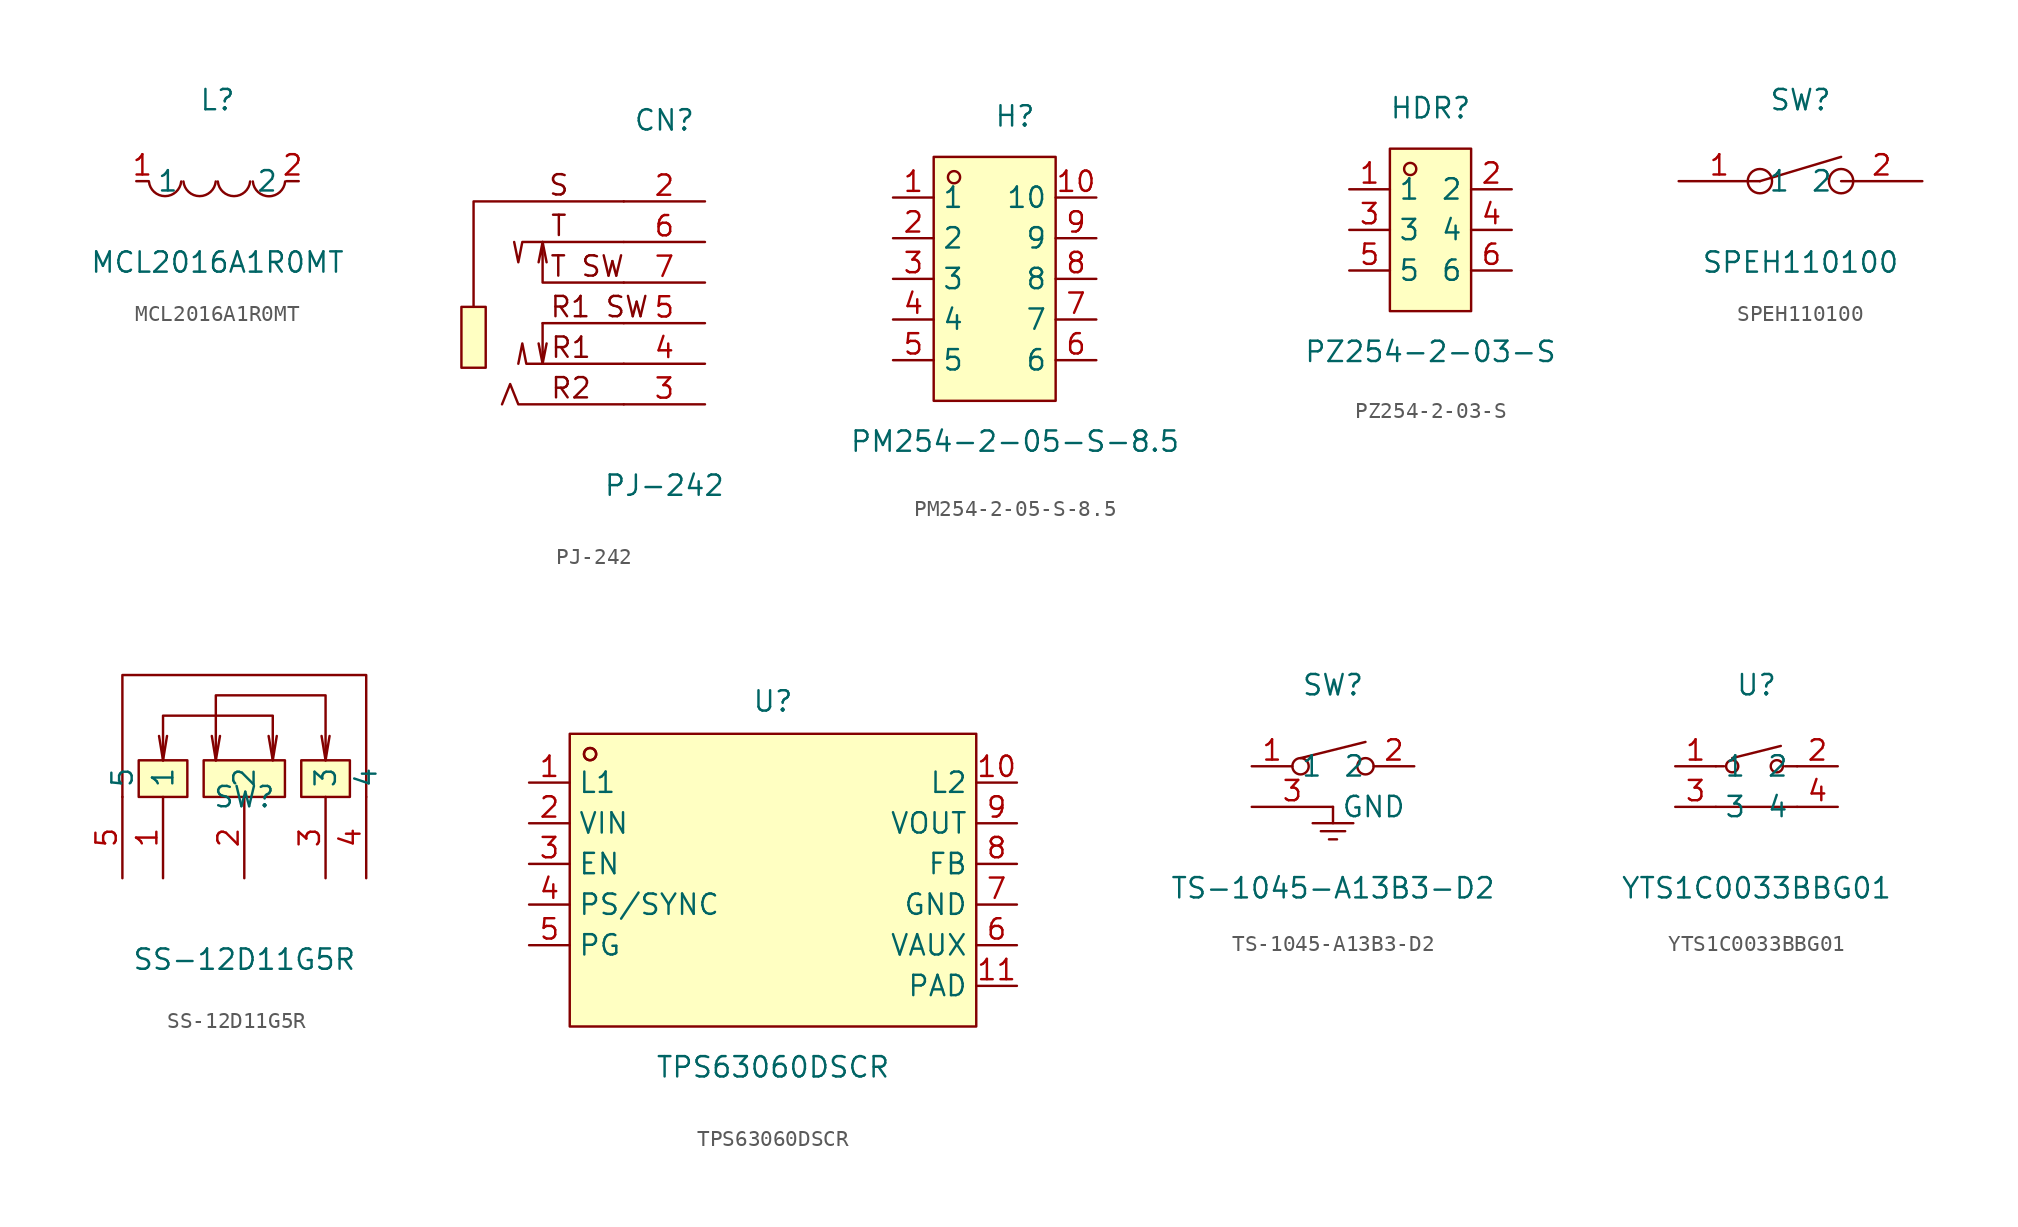
<source format=kicad_sym>
(kicad_symbol_lib
  (version 20241209)
  (generator "kicad_symbol_editor")
  (generator_version "9.0")
  (symbol "MCL2016A1R0MT"
    (property "Reference" "L"
      (at 0 5.08 0)
      (effects (font (size 1.27 1.27))))
    (property "Value" "MCL2016A1R0MT"
      (at 0 -5.08 0)
      (effects (font (size 1.27 1.27))))
    (symbol "MCL2016A1R0MT_0_1"
      (arc (start -2.27 -0.02) (mid -3.28 -0.937) (end -4.29 -0.02) (stroke (width 0) (type default)) (fill (type none)))
      (arc (start -0.11 -0.02) (mid -1.12 -0.937) (end -2.13 -0.02) (stroke (width 0) (type default)) (fill (type none)))
      (arc (start 2.04 -0.02) (mid 1.03 -0.937) (end 0.02 -0.02) (stroke (width 0) (type default)) (fill (type none)))
      (arc (start 4.23 -0.02) (mid 3.22 -0.9448) (end 2.21 -0.02) (stroke (width 0) (type default)) (fill (type none)))
      (pin unspecified line (at -5.08 0 0) (length 0.762) (name "1" (effects (font (size 1.27 1.27)))) (number "1" (effects (font (size 1.27 1.27)))))
      (pin unspecified line (at 5.08 0 180) (length 0.762) (name "2" (effects (font (size 1.27 1.27)))) (number "2" (effects (font (size 1.27 1.27)))))))
  (symbol "PJ-242"
    (property "Reference" "CN"
      (at 0 12.7 0)
      (effects (font (size 1.27 1.27))))
    (property "Value" "PJ-242"
      (at 0 -10.16 0)
      (effects (font (size 1.27 1.27))))
    (symbol "PJ-242_0_1"
      (rectangle (start -12.7 1.02) (end -11.18 -2.79) (stroke (width 0) (type default)) (fill (type background)))
      (polyline (pts (xy -7.62 5.08) (xy -7.37 3.81)) (stroke (width 0) (type default)) (fill (type none)))
      (polyline (pts (xy -7.62 0) (xy -2.54 0)) (stroke (width 0) (type default)) (fill (type none)))
      (polyline (pts (xy -7.62 0) (xy -7.62 -2.54) (xy -7.37 -1.27)) (stroke (width 0) (type default)) (fill (type none)))
      (polyline (pts (xy -7.62 -2.54) (xy -7.87 -1.27)) (stroke (width 0) (type default)) (fill (type none)))
      (polyline (pts (xy -2.54 7.62) (xy -11.94 7.62) (xy -11.94 1.02)) (stroke (width 0) (type default)) (fill (type none)))
      (polyline (pts (xy -2.54 5.08) (xy -8.89 5.08) (xy -9.14 3.81) (xy -9.4 5.08)) (stroke (width 0) (type default)) (fill (type none)))
      (polyline (pts (xy -2.54 2.54) (xy -7.62 2.54) (xy -7.62 5.08) (xy -7.87 3.81)) (stroke (width 0) (type default)) (fill (type none)))
      (polyline (pts (xy -2.54 -2.54) (xy -8.64 -2.54) (xy -8.89 -1.27) (xy -9.14 -2.54)) (stroke (width 0) (type default)) (fill (type none)))
      (polyline (pts (xy -2.54 -5.08) (xy -9.14 -5.08) (xy -9.65 -3.81) (xy -10.16 -5.08)) (stroke (width 0) (type default)) (fill (type none))))
    (symbol "PJ-242_1_1"
      (text "S" (at -6.604 8.636 0) (effects (font (size 1.27 1.27))))
      (text "T" (at -6.604 6.096 0) (effects (font (size 1.27 1.27))))
      (text "R1" (at -5.842 -1.524 0) (effects (font (size 1.27 1.27))))
      (text "R2" (at -5.842 -4.064 0) (effects (font (size 1.27 1.27))))
      (text "T SW" (at -4.826 3.556 0) (effects (font (size 1.27 1.27))))
      (text "R1 SW" (at -4.064 1.016 0) (effects (font (size 1.27 1.27))))
      (pin passive line (at 2.54 7.62 180) (length 5.08) (name "" (effects (font (size 1.27 1.27)))) (number "2" (effects (font (size 1.27 1.27)))))
      (pin passive line (at 2.54 5.08 180) (length 5.08) (name "" (effects (font (size 1.27 1.27)))) (number "6" (effects (font (size 1.27 1.27)))))
      (pin passive line (at 2.54 2.54 180) (length 5.08) (name "" (effects (font (size 1.27 1.27)))) (number "7" (effects (font (size 1.27 1.27)))))
      (pin passive line (at 2.54 0 180) (length 5.08) (name "" (effects (font (size 1.27 1.27)))) (number "5" (effects (font (size 1.27 1.27)))))
      (pin passive line (at 2.54 -2.54 180) (length 5.08) (name "" (effects (font (size 1.27 1.27)))) (number "4" (effects (font (size 1.27 1.27)))))
      (pin passive line (at 2.54 -5.08 180) (length 5.08) (name "" (effects (font (size 1.27 1.27)))) (number "3" (effects (font (size 1.27 1.27)))))))
  (symbol "PM254-2-05-S-8.5"
    (property "Reference" "H"
      (at 0 10.16 0)
      (effects (font (size 1.27 1.27))))
    (property "Value" "PM254-2-05-S-8.5"
      (at 0 -10.16 0)
      (effects (font (size 1.27 1.27))))
    (symbol "PM254-2-05-S-8.5_0_1"
      (rectangle (start -5.08 7.62) (end 2.54 -7.62) (stroke (width 0) (type default)) (fill (type background)))
      (circle (center -3.81 6.35) (radius 0.38) (stroke (width 0) (type default)) (fill (type none)))
      (pin unspecified line (at -7.62 5.08 0) (length 2.54) (name "1" (effects (font (size 1.27 1.27)))) (number "1" (effects (font (size 1.27 1.27)))))
      (pin unspecified line (at -7.62 2.54 0) (length 2.54) (name "2" (effects (font (size 1.27 1.27)))) (number "2" (effects (font (size 1.27 1.27)))))
      (pin unspecified line (at -7.62 0 0) (length 2.54) (name "3" (effects (font (size 1.27 1.27)))) (number "3" (effects (font (size 1.27 1.27)))))
      (pin unspecified line (at -7.62 -2.54 0) (length 2.54) (name "4" (effects (font (size 1.27 1.27)))) (number "4" (effects (font (size 1.27 1.27)))))
      (pin unspecified line (at -7.62 -5.08 0) (length 2.54) (name "5" (effects (font (size 1.27 1.27)))) (number "5" (effects (font (size 1.27 1.27)))))
      (pin unspecified line (at 5.08 5.08 180) (length 2.54) (name "10" (effects (font (size 1.27 1.27)))) (number "10" (effects (font (size 1.27 1.27)))))
      (pin unspecified line (at 5.08 2.54 180) (length 2.54) (name "9" (effects (font (size 1.27 1.27)))) (number "9" (effects (font (size 1.27 1.27)))))
      (pin unspecified line (at 5.08 0 180) (length 2.54) (name "8" (effects (font (size 1.27 1.27)))) (number "8" (effects (font (size 1.27 1.27)))))
      (pin unspecified line (at 5.08 -2.54 180) (length 2.54) (name "7" (effects (font (size 1.27 1.27)))) (number "7" (effects (font (size 1.27 1.27)))))
      (pin unspecified line (at 5.08 -5.08 180) (length 2.54) (name "6" (effects (font (size 1.27 1.27)))) (number "6" (effects (font (size 1.27 1.27)))))))
  (symbol "PZ254-2-03-S"
    (property "Reference" "HDR"
      (at 0 7.62 0)
      (effects (font (size 1.27 1.27))))
    (property "Value" "PZ254-2-03-S"
      (at 0 -7.62 0)
      (effects (font (size 1.27 1.27))))
    (symbol "PZ254-2-03-S_0_1"
      (rectangle (start -2.54 5.08) (end 2.54 -5.08) (stroke (width 0) (type default)) (fill (type background)))
      (circle (center -1.27 3.81) (radius 0.38) (stroke (width 0) (type default)) (fill (type none)))
      (pin unspecified line (at -5.08 2.54 0) (length 2.54) (name "1" (effects (font (size 1.27 1.27)))) (number "1" (effects (font (size 1.27 1.27)))))
      (pin unspecified line (at -5.08 0 0) (length 2.54) (name "3" (effects (font (size 1.27 1.27)))) (number "3" (effects (font (size 1.27 1.27)))))
      (pin unspecified line (at -5.08 -2.54 0) (length 2.54) (name "5" (effects (font (size 1.27 1.27)))) (number "5" (effects (font (size 1.27 1.27)))))
      (pin unspecified line (at 5.08 2.54 180) (length 2.54) (name "2" (effects (font (size 1.27 1.27)))) (number "2" (effects (font (size 1.27 1.27)))))
      (pin unspecified line (at 5.08 0 180) (length 2.54) (name "4" (effects (font (size 1.27 1.27)))) (number "4" (effects (font (size 1.27 1.27)))))
      (pin unspecified line (at 5.08 -2.54 180) (length 2.54) (name "6" (effects (font (size 1.27 1.27)))) (number "6" (effects (font (size 1.27 1.27)))))))
  (symbol "SPEH110100"
    (property "Reference" "SW"
      (at 0 3.81 0)
      (effects (font (size 1.27 1.27))))
    (property "Value" "SPEH110100"
      (at 0 -6.35 0)
      (effects (font (size 1.27 1.27))))
    (symbol "SPEH110100_0_1"
      (circle (center -2.54 -1.27) (radius 0.76) (stroke (width 0) (type default)) (fill (type none)))
      (polyline (pts (xy -2.54 -1.27) (xy 2.54 0.25)) (stroke (width 0) (type default)) (fill (type none)))
      (circle (center 2.54 -1.27) (radius 0.76) (stroke (width 0) (type default)) (fill (type none)))
      (pin unspecified line (at -7.62 -1.27 0) (length 5.08) (name "1" (effects (font (size 1.27 1.27)))) (number "1" (effects (font (size 1.27 1.27)))))
      (pin unspecified line (at 7.62 -1.27 180) (length 5.08) (name "2" (effects (font (size 1.27 1.27)))) (number "2" (effects (font (size 1.27 1.27)))))))
  (symbol "SS-12D11G5R"
    (property "Reference" "SW"
      (at 0 0 0)
      (effects (font (size 1.27 1.27))))
    (property "Value" "SS-12D11G5R"
      (at 0 -10.16 0)
      (effects (font (size 1.27 1.27))))
    (symbol "SS-12D11G5R_0_1"
      (polyline (pts (xy -7.62 0) (xy -7.62 7.62) (xy 7.62 7.62) (xy 7.62 0)) (stroke (width 0) (type default)) (fill (type none)))
      (rectangle (start -6.6 2.29) (end -3.56 0) (stroke (width 0) (type default)) (fill (type background)))
      (polyline (pts (xy -5.08 2.29) (xy -5.33 3.81)) (stroke (width 0) (type default)) (fill (type none)))
      (polyline (pts (xy -5.08 2.29) (xy -4.83 3.81)) (stroke (width 0) (type default)) (fill (type none)))
      (polyline (pts (xy -5.08 2.29) (xy -5.08 5.08) (xy 1.78 5.08) (xy 1.78 2.29) (xy 2.03 3.81)) (stroke (width 0) (type default)) (fill (type none)))
      (rectangle (start -2.54 2.29) (end 2.54 0) (stroke (width 0) (type default)) (fill (type background)))
      (polyline (pts (xy -1.78 2.29) (xy -2.03 3.81)) (stroke (width 0) (type default)) (fill (type none)))
      (polyline (pts (xy -1.78 2.29) (xy -1.52 3.81)) (stroke (width 0) (type default)) (fill (type none)))
      (polyline (pts (xy -1.78 2.29) (xy -1.78 6.35) (xy 5.08 6.35) (xy 5.08 2.29) (xy 5.33 3.81)) (stroke (width 0) (type default)) (fill (type none)))
      (polyline (pts (xy 1.78 2.29) (xy 1.52 3.81)) (stroke (width 0) (type default)) (fill (type none)))
      (rectangle (start 3.56 2.29) (end 6.6 0) (stroke (width 0) (type default)) (fill (type background)))
      (polyline (pts (xy 5.08 2.29) (xy 4.83 3.81)) (stroke (width 0) (type default)) (fill (type none)))
      (pin unspecified line (at -7.62 -5.08 90) (length 5.08) (name "5" (effects (font (size 1.27 1.27)))) (number "5" (effects (font (size 1.27 1.27)))))
      (pin unspecified line (at -5.08 -5.08 90) (length 5.08) (name "1" (effects (font (size 1.27 1.27)))) (number "1" (effects (font (size 1.27 1.27)))))
      (pin unspecified line (at 0 -5.08 90) (length 5.08) (name "2" (effects (font (size 1.27 1.27)))) (number "2" (effects (font (size 1.27 1.27)))))
      (pin unspecified line (at 5.08 -5.08 90) (length 5.08) (name "3" (effects (font (size 1.27 1.27)))) (number "3" (effects (font (size 1.27 1.27)))))
      (pin unspecified line (at 7.62 -5.08 90) (length 5.08) (name "4" (effects (font (size 1.27 1.27)))) (number "4" (effects (font (size 1.27 1.27)))))))
  (symbol "TPS63060DSCR"
    (property "Reference" "U"
      (at 0 11.43 0)
      (effects (font (size 1.27 1.27))))
    (property "Value" "TPS63060DSCR"
      (at 0 -11.43 0)
      (effects (font (size 1.27 1.27))))
    (symbol "TPS63060DSCR_0_1"
      (rectangle (start -12.7 9.4) (end 12.7 -8.89) (stroke (width 0) (type default)) (fill (type background)))
      (circle (center -11.43 8.13) (radius 0.38) (stroke (width 0) (type default)) (fill (type none)))
      (circle (center -11.43 8.13) (radius 0.38) (stroke (width 0) (type default)) (fill (type none)))
      (pin unspecified line (at -15.24 6.35 0) (length 2.54) (name "L1" (effects (font (size 1.27 1.27)))) (number "1" (effects (font (size 1.27 1.27)))))
      (pin unspecified line (at -15.24 3.81 0) (length 2.54) (name "VIN" (effects (font (size 1.27 1.27)))) (number "2" (effects (font (size 1.27 1.27)))))
      (pin unspecified line (at -15.24 1.27 0) (length 2.54) (name "EN" (effects (font (size 1.27 1.27)))) (number "3" (effects (font (size 1.27 1.27)))))
      (pin unspecified line (at -15.24 -1.27 0) (length 2.54) (name "PS/SYNC" (effects (font (size 1.27 1.27)))) (number "4" (effects (font (size 1.27 1.27)))))
      (pin unspecified line (at -15.24 -3.81 0) (length 2.54) (name "PG" (effects (font (size 1.27 1.27)))) (number "5" (effects (font (size 1.27 1.27)))))
      (pin unspecified line (at 15.24 6.35 180) (length 2.54) (name "L2" (effects (font (size 1.27 1.27)))) (number "10" (effects (font (size 1.27 1.27)))))
      (pin unspecified line (at 15.24 3.81 180) (length 2.54) (name "VOUT" (effects (font (size 1.27 1.27)))) (number "9" (effects (font (size 1.27 1.27)))))
      (pin unspecified line (at 15.24 1.27 180) (length 2.54) (name "FB" (effects (font (size 1.27 1.27)))) (number "8" (effects (font (size 1.27 1.27)))))
      (pin unspecified line (at 15.24 -1.27 180) (length 2.54) (name "GND" (effects (font (size 1.27 1.27)))) (number "7" (effects (font (size 1.27 1.27)))))
      (pin unspecified line (at 15.24 -3.81 180) (length 2.54) (name "VAUX" (effects (font (size 1.27 1.27)))) (number "6" (effects (font (size 1.27 1.27)))))
      (pin unspecified line (at 15.24 -6.35 180) (length 2.54) (name "PAD" (effects (font (size 1.27 1.27)))) (number "11" (effects (font (size 1.27 1.27)))))))
  (symbol "TS-1045-A13B3-D2"
    (property "Reference" "SW"
      (at 0 5.08 0)
      (effects (font (size 1.27 1.27))))
    (property "Value" "TS-1045-A13B3-D2"
      (at 0 -7.62 0)
      (effects (font (size 1.27 1.27))))
    (symbol "TS-1045-A13B3-D2_0_1"
      (circle (center -2.03 0) (radius 0.51) (stroke (width 0) (type default)) (fill (type none)))
      (polyline (pts (xy 0 -2.54) (xy 0 -3.56)) (stroke (width 0) (type default)) (fill (type none)))
      (polyline (pts (xy 0.25 -4.57) (xy -0.25 -4.57)) (stroke (width 0) (type default)) (fill (type none)))
      (polyline (pts (xy 0.76 -4.06) (xy -0.76 -4.06)) (stroke (width 0) (type default)) (fill (type none)))
      (polyline (pts (xy 1.27 -3.56) (xy -1.27 -3.56)) (stroke (width 0) (type default)) (fill (type none)))
      (polyline (pts (xy 2.03 1.52) (xy -2.03 0.51)) (stroke (width 0) (type default)) (fill (type none)))
      (circle (center 2.03 0) (radius 0.51) (stroke (width 0) (type default)) (fill (type none)))
      (pin unspecified line (at -5.08 0 0) (length 2.54) (name "1" (effects (font (size 1.27 1.27)))) (number "1" (effects (font (size 1.27 1.27)))))
      (pin unspecified line (at -5.08 -2.54 0) (length 5.08) (name "GND" (effects (font (size 1.27 1.27)))) (number "3" (effects (font (size 1.27 1.27)))))
      (pin unspecified line (at 5.08 0 180) (length 2.54) (name "2" (effects (font (size 1.27 1.27)))) (number "2" (effects (font (size 1.27 1.27)))))))
  (symbol "YTS1C0033BBG01"
    (property "Reference" "U"
      (at 0 5.08 0)
      (effects (font (size 1.27 1.27))))
    (property "Value" "YTS1C0033BBG01"
      (at 0 -7.62 0)
      (effects (font (size 1.27 1.27))))
    (symbol "YTS1C0033BBG01_0_1"
      (polyline (pts (xy -2.54 -2.54) (xy 2.54 -2.54)) (stroke (width 0) (type default)) (fill (type none)))
      (polyline (pts (xy -2.03 0) (xy -2.54 0)) (stroke (width 0) (type default)) (fill (type none)))
      (polyline (pts (xy -1.52 0.51) (xy 1.52 1.27)) (stroke (width 0) (type default)) (fill (type none)))
      (circle (center -1.52 0) (radius 0.38) (stroke (width 0) (type default)) (fill (type none)))
      (circle (center 1.27 0) (radius 0.38) (stroke (width 0) (type default)) (fill (type none)))
      (polyline (pts (xy 1.78 0) (xy 2.54 0)) (stroke (width 0) (type default)) (fill (type none)))
      (pin unspecified line (at -5.08 0 0) (length 2.54) (name "1" (effects (font (size 1.27 1.27)))) (number "1" (effects (font (size 1.27 1.27)))))
      (pin unspecified line (at -5.08 -2.54 0) (length 2.54) (name "3" (effects (font (size 1.27 1.27)))) (number "3" (effects (font (size 1.27 1.27)))))
      (pin unspecified line (at 5.08 0 180) (length 2.54) (name "2" (effects (font (size 1.27 1.27)))) (number "2" (effects (font (size 1.27 1.27)))))
      (pin unspecified line (at 5.08 -2.54 180) (length 2.54) (name "4" (effects (font (size 1.27 1.27)))) (number "4" (effects (font (size 1.27 1.27))))))))
</source>
